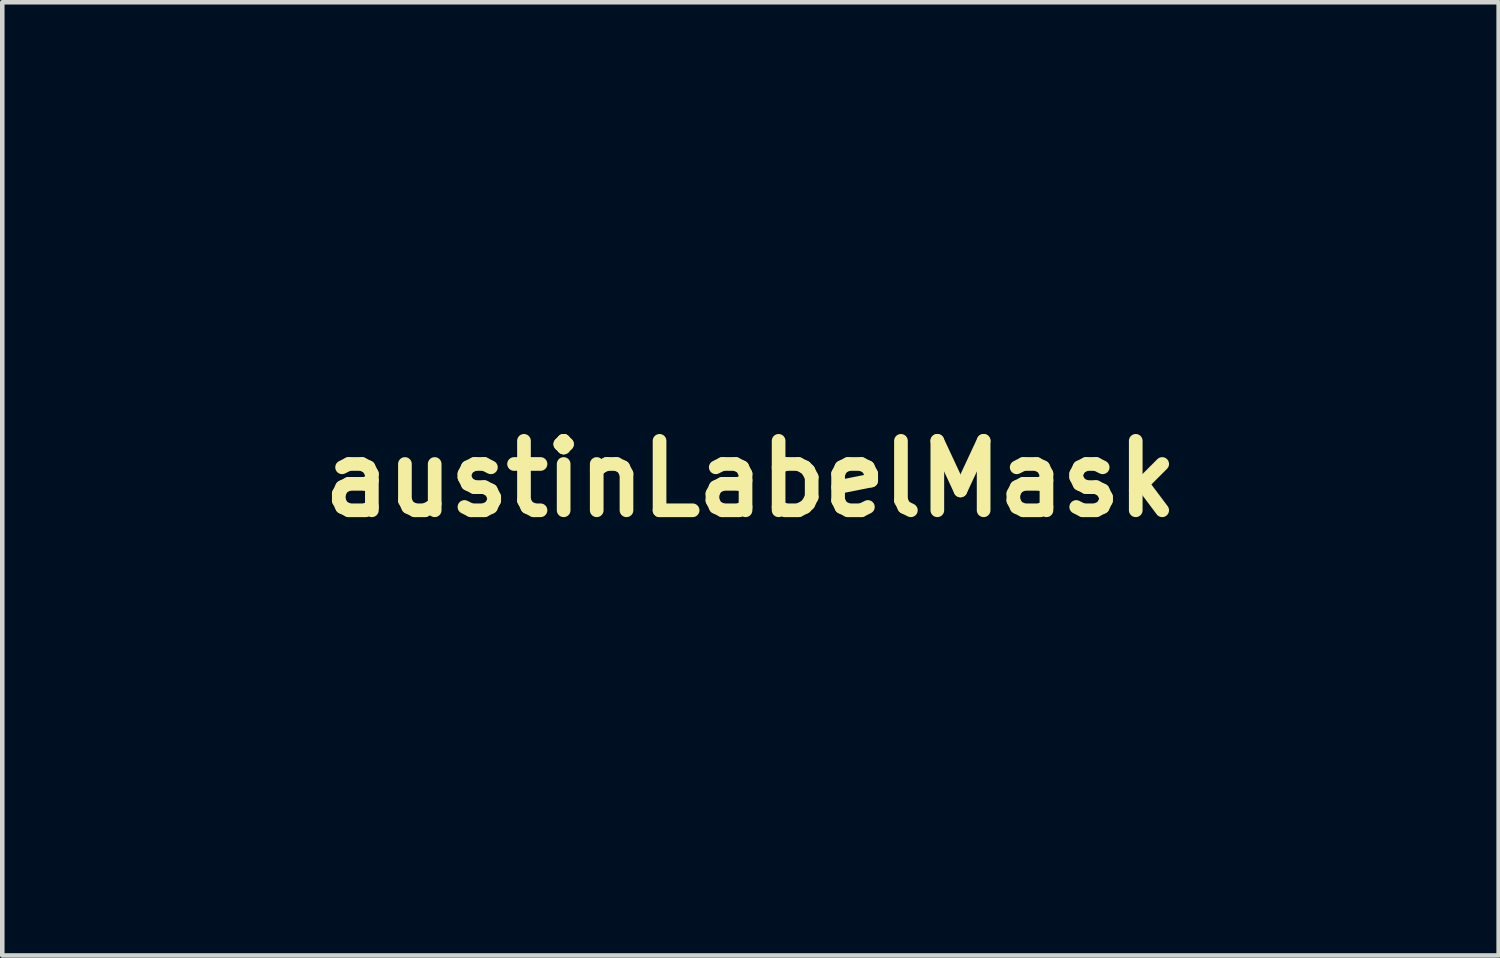
<source format=kicad_pcb>
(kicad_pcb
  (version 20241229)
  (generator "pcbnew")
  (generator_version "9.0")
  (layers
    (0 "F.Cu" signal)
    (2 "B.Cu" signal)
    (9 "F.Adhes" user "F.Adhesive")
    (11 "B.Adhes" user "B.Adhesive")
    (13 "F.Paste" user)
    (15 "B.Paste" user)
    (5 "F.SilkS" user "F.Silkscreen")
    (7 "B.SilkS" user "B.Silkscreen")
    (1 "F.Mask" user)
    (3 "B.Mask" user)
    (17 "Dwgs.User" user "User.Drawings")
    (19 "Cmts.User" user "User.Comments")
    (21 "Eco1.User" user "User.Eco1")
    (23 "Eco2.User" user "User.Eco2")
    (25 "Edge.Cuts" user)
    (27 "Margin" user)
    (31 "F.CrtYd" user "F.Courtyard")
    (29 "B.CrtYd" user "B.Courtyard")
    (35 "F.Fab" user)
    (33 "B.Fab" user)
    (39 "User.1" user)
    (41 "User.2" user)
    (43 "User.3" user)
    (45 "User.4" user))
  (footprint "austinLabelMask"
    (layer "F.Cu")
    (at 13.42 7.459)
    (property "Reference" "austinLabelMask" (at 0 0 0) (layer "F.SilkS") (effects (font (size 1.524 1.524) (thickness 0.3))))
    (attr through_hole)
    (fp_poly (pts (xy 0.264 -7.454) (xy 0.465 -7.454) (xy 0.667 -7.454) (xy 0.868 -7.454) (xy 1.068 -7.454) (xy 1.269 -7.454) (xy 1.468 -7.454) (xy 1.668 -7.454) (xy 1.867 -7.454) (xy 2.065 -7.454) (xy 2.263 -7.454) (xy 2.46 -7.454) (xy 2.656 -7.454) (xy 2.851 -7.454) (xy 3.046 -7.454) (xy 3.239 -7.454) (xy 3.431 -7.454) (xy 3.622 -7.454) (xy 3.812 -7.454) (xy 4.001 -7.454) (xy 4.189 -7.454) (xy 4.375 -7.454) (xy 4.559 -7.454) (xy 4.742 -7.454) (xy 4.924 -7.454) (xy 5.104 -7.454) (xy 5.282 -7.454) (xy 5.459 -7.454) (xy 5.633 -7.454) (xy 5.806 -7.454) (xy 5.977 -7.454) (xy 6.146 -7.454) (xy 6.312 -7.454) (xy 6.477 -7.454) (xy 6.639 -7.454) (xy 6.799 -7.454) (xy 6.957 -7.454) (xy 7.112 -7.454) (xy 7.265 -7.454) (xy 7.415 -7.454) (xy 7.563 -7.454) (xy 7.708 -7.453) (xy 7.85 -7.453) (xy 7.99 -7.453) (xy 8.126 -7.453) (xy 8.26 -7.453) (xy 8.391 -7.453) (xy 8.518 -7.453) (xy 8.643 -7.453) (xy 8.764 -7.453) (xy 8.882 -7.453) (xy 8.997 -7.453) (xy 9.109 -7.453) (xy 9.216 -7.453) (xy 9.321 -7.453) (xy 9.422 -7.453) (xy 9.519 -7.453) (xy 9.613 -7.453) (xy 9.702 -7.453) (xy 9.788 -7.453) (xy 9.871 -7.453) (xy 9.949 -7.453) (xy 10.023 -7.453) (xy 10.093 -7.452) (xy 10.159 -7.452) (xy 10.22 -7.452) (xy 10.278 -7.452) (xy 10.331 -7.452) (xy 10.379 -7.452) (xy 10.423 -7.452) (xy 10.463 -7.452) (xy 10.498 -7.452) (xy 10.528 -7.452) (xy 10.554 -7.452) (xy 10.575 -7.452) (xy 10.591 -7.452) (xy 10.602 -7.452) (xy 10.608 -7.452) (xy 10.609 -7.452) (xy 10.693 -7.447) (xy 10.775 -7.44) (xy 10.856 -7.431) (xy 10.921 -7.422) (xy 11.04 -7.402) (xy 11.159 -7.377) (xy 11.275 -7.347) (xy 11.39 -7.313) (xy 11.503 -7.274) (xy 11.615 -7.23) (xy 11.724 -7.182) (xy 11.831 -7.13) (xy 11.936 -7.073) (xy 12.038 -7.012) (xy 12.138 -6.947) (xy 12.235 -6.878) (xy 12.329 -6.805) (xy 12.42 -6.728) (xy 12.509 -6.647) (xy 12.594 -6.563) (xy 12.676 -6.475) (xy 12.754 -6.383) (xy 12.829 -6.288) (xy 12.882 -6.215) (xy 12.946 -6.12) (xy 13.006 -6.023) (xy 13.063 -5.922) (xy 13.116 -5.819) (xy 13.165 -5.715) (xy 13.209 -5.609) (xy 13.249 -5.502) (xy 13.283 -5.4) (xy 13.309 -5.311) (xy 13.332 -5.222) (xy 13.352 -5.134) (xy 13.369 -5.045) (xy 13.384 -4.955) (xy 13.396 -4.862) (xy 13.405 -4.766) (xy 13.41 -4.697) (xy 13.411 -4.693) (xy 13.411 -4.683) (xy 13.411 -4.669) (xy 13.411 -4.649) (xy 13.411 -4.626) (xy 13.411 -4.597) (xy 13.411 -4.564) (xy 13.411 -4.527) (xy 13.412 -4.485) (xy 13.412 -4.439) (xy 13.412 -4.389) (xy 13.412 -4.335) (xy 13.412 -4.277) (xy 13.412 -4.215) (xy 13.412 -4.15) (xy 13.412 -4.081) (xy 13.412 -4.008) (xy 13.412 -3.932) (xy 13.413 -3.853) (xy 13.413 -3.77) (xy 13.413 -3.685) (xy 13.413 -3.596) (xy 13.413 -3.504) (xy 13.413 -3.41) (xy 13.413 -3.313) (xy 13.413 -3.213) (xy 13.413 -3.11) (xy 13.413 -3.005) (xy 13.413 -2.898) (xy 13.413 -2.789) (xy 13.413 -2.677) (xy 13.413 -2.564) (xy 13.414 -2.448) (xy 13.414 -2.33) (xy 13.414 -2.211) (xy 13.414 -2.09) (xy 13.414 -1.968) (xy 13.414 -1.844) (xy 13.414 -1.719) (xy 13.414 -1.592) (xy 13.414 -1.464) (xy 13.414 -1.335) (xy 13.414 -1.206) (xy 13.414 -1.075) (xy 13.414 -0.943) (xy 13.414 -0.811) (xy 13.414 -0.678) (xy 13.414 -0.545) (xy 13.414 -0.411) (xy 13.414 -0.278) (xy 13.414 -0.143) (xy 13.414 -0.009) (xy 13.414 0.125) (xy 13.414 0.259) (xy 13.414 0.393) (xy 13.414 0.527) (xy 13.414 0.66) (xy 13.414 0.793) (xy 13.414 0.926) (xy 13.414 1.057) (xy 13.414 1.188) (xy 13.414 1.318) (xy 13.414 1.447) (xy 13.414 1.575) (xy 13.414 1.702) (xy 13.414 1.827) (xy 13.414 1.951) (xy 13.414 2.074) (xy 13.414 2.195) (xy 13.414 2.314) (xy 13.414 2.432) (xy 13.413 2.548) (xy 13.413 2.662) (xy 13.413 2.774) (xy 13.413 2.884) (xy 13.413 2.991) (xy 13.413 3.096) (xy 13.413 3.199) (xy 13.413 3.299) (xy 13.413 3.397) (xy 13.413 3.492) (xy 13.413 3.584) (xy 13.413 3.673) (xy 13.413 3.759) (xy 13.413 3.842) (xy 13.412 3.922) (xy 13.412 3.998) (xy 13.412 4.071) (xy 13.412 4.141) (xy 13.412 4.207) (xy 13.412 4.269) (xy 13.412 4.327) (xy 13.412 4.382) (xy 13.412 4.432) (xy 13.412 4.479) (xy 13.411 4.521) (xy 13.411 4.559) (xy 13.411 4.593) (xy 13.411 4.622) (xy 13.411 4.646) (xy 13.411 4.666) (xy 13.411 4.681) (xy 13.411 4.692) (xy 13.41 4.697) (xy 13.41 4.697) (xy 13.403 4.792) (xy 13.393 4.884) (xy 13.381 4.972) (xy 13.367 5.059) (xy 13.35 5.144) (xy 13.33 5.229) (xy 13.308 5.315) (xy 13.299 5.346) (xy 13.264 5.459) (xy 13.224 5.571) (xy 13.179 5.681) (xy 13.13 5.79) (xy 13.077 5.897) (xy 13.019 6.001) (xy 12.957 6.103) (xy 12.891 6.202) (xy 12.882 6.215) (xy 12.81 6.312) (xy 12.734 6.407) (xy 12.655 6.498) (xy 12.572 6.585) (xy 12.485 6.669) (xy 12.396 6.75) (xy 12.303 6.826) (xy 12.207 6.899) (xy 12.108 6.967) (xy 12.006 7.032) (xy 11.902 7.092) (xy 11.812 7.139) (xy 11.763 7.164) (xy 11.716 7.186) (xy 11.671 7.207) (xy 11.626 7.226) (xy 11.58 7.245) (xy 11.532 7.263) (xy 11.508 7.272) (xy 11.394 7.312) (xy 11.279 7.346) (xy 11.163 7.376) (xy 11.045 7.401) (xy 10.925 7.422) (xy 10.804 7.437) (xy 10.682 7.448) (xy 10.609 7.452) (xy 10.605 7.452) (xy 10.596 7.452) (xy 10.582 7.452) (xy 10.563 7.452) (xy 10.54 7.452) (xy 10.511 7.452) (xy 10.478 7.452) (xy 10.441 7.452) (xy 10.399 7.452) (xy 10.352 7.452) (xy 10.301 7.452) (xy 10.245 7.452) (xy 10.185 7.452) (xy 10.121 7.452) (xy 10.053 7.452) (xy 9.981 7.452) (xy 9.904 7.452) (xy 9.824 7.452) (xy 9.74 7.453) (xy 9.652 7.453) (xy 9.56 7.453) (xy 9.464 7.453) (xy 9.365 7.453) (xy 9.262 7.453) (xy 9.155 7.453) (xy 9.046 7.453) (xy 8.932 7.453) (xy 8.816 7.453) (xy 8.696 7.453) (xy 8.573 7.453) (xy 8.446 7.453) (xy 8.317 7.453) (xy 8.185 7.453) (xy 8.049 7.453) (xy 7.911 7.453) (xy 7.77 7.453) (xy 7.626 7.453) (xy 7.48 7.453) (xy 7.331 7.453) (xy 7.179 7.453) (xy 7.025 7.453) (xy 6.868 7.453) (xy 6.709 7.453) (xy 6.548 7.453) (xy 6.384 7.453) (xy 6.219 7.453) (xy 6.051 7.453) (xy 5.881 7.453) (xy 5.709 7.454) (xy 5.535 7.454) (xy 5.36 7.454) (xy 5.182 7.454) (xy 5.003 7.454) (xy 4.822 7.454) (xy 4.64 7.454) (xy 4.456 7.454) (xy 4.271 7.454) (xy 4.084 7.454) (xy 3.896 7.454) (xy 3.706 7.454) (xy 3.516 7.454) (xy 3.324 7.454) (xy 3.131 7.454) (xy 2.937 7.454) (xy 2.742 7.454) (xy 2.547 7.454) (xy 2.35 7.454) (xy 2.153 7.454) (xy 1.955 7.454) (xy 1.756 7.454) (xy 1.557 7.454) (xy 1.357 7.454) (xy 1.157 7.454) (xy 0.956 7.454) (xy 0.756 7.454) (xy 0.555 7.454) (xy 0.152 7.454) (xy -0.049 7.454) (xy -0.251 7.454) (xy -0.452 7.454) (xy -0.653 7.454) (xy -0.854 7.454) (xy -1.055 7.454) (xy -1.255 7.454) (xy -1.455 7.454) (xy -1.655 7.454) (xy -1.854 7.454) (xy -2.052 7.454) (xy -2.25 7.454) (xy -2.447 7.454) (xy -2.643 7.454) (xy -2.838 7.454) (xy -3.032 7.454) (xy -3.226 7.454) (xy -3.418 7.454) (xy -3.61 7.454) (xy -3.8 7.454) (xy -3.989 7.454) (xy -4.176 7.454) (xy -4.362 7.454) (xy -4.547 7.454) (xy -4.73 7.454) (xy -4.912 7.454) (xy -5.092 7.454) (xy -5.27 7.453) (xy -5.447 7.453) (xy -5.622 7.453) (xy -5.795 7.453) (xy -5.966 7.453) (xy -6.135 7.453) (xy -6.302 7.453) (xy -6.466 7.453) (xy -6.629 7.453) (xy -6.789 7.453) (xy -6.947 7.453) (xy -7.102 7.453) (xy -7.255 7.453) (xy -7.406 7.453) (xy -7.554 7.453) (xy -7.699 7.453) (xy -7.842 7.453) (xy -7.982 7.453) (xy -8.118 7.453) (xy -8.252 7.453) (xy -8.383 7.453) (xy -8.511 7.453) (xy -8.636 7.453) (xy -8.758 7.453) (xy -8.876 7.453) (xy -8.991 7.453) (xy -9.103 7.453) (xy -9.212 7.453) (xy -9.316 7.453) (xy -9.418 7.453) (xy -9.515 7.453) (xy -9.609 7.452) (xy -9.7 7.452) (xy -9.786 7.452) (xy -9.868 7.452) (xy -9.947 7.452) (xy -10.022 7.452) (xy -10.092 7.452) (xy -10.158 7.452) (xy -10.22 7.452) (xy -10.278 7.452) (xy -10.332 7.452) (xy -10.381 7.452) (xy -10.426 7.452) (xy -10.466 7.452) (xy -10.501 7.452) (xy -10.532 7.452) (xy -10.558 7.452) (xy -10.58 7.452) (xy -10.596 7.452) (xy -10.608 7.452) (xy -10.614 7.451) (xy -10.616 7.451) (xy -10.737 7.444) (xy -10.858 7.431) (xy -10.979 7.413) (xy -11.098 7.39) (xy -11.216 7.363) (xy -11.307 7.338) (xy -11.423 7.302) (xy -11.536 7.261) (xy -11.648 7.216) (xy -11.757 7.166) (xy -11.865 7.112) (xy -11.969 7.054) (xy -12.072 6.991) (xy -12.171 6.924) (xy -12.268 6.853) (xy -12.361 6.779) (xy -12.452 6.7) (xy -12.54 6.617) (xy -12.624 6.531) (xy -12.705 6.442) (xy -12.782 6.349) (xy -12.855 6.252) (xy -12.882 6.215) (xy -12.932 6.141) (xy -12.979 6.068) (xy -13.024 5.992) (xy -13.067 5.914) (xy -13.107 5.836) (xy -13.16 5.726) (xy -13.207 5.614) (xy -13.25 5.501) (xy -13.287 5.387) (xy -13.32 5.271) (xy -13.348 5.154) (xy -13.371 5.035) (xy -13.389 4.914) (xy -13.392 4.895) (xy -13.394 4.879) (xy -13.396 4.863) (xy -13.397 4.848) (xy -13.399 4.832) (xy -13.401 4.815) (xy -13.402 4.797) (xy -13.404 4.776) (xy -13.406 4.752) (xy -13.409 4.723) (xy -13.41 4.705) (xy -13.41 4.701) (xy -13.411 4.692) (xy -13.411 4.678) (xy -13.411 4.66) (xy -13.411 4.636) (xy -13.411 4.608) (xy -13.411 4.576) (xy -13.411 4.539) (xy -13.411 4.498) (xy -13.412 4.453) (xy -13.412 4.404) (xy -13.412 4.35) (xy -13.412 4.293) (xy -13.412 4.232) (xy -13.412 4.167) (xy -13.412 4.098) (xy -13.412 4.026) (xy -13.412 3.951) (xy -13.412 3.872) (xy -13.412 3.79) (xy -13.413 3.705) (xy -13.413 3.617) (xy -13.413 3.526) (xy -13.413 3.432) (xy -13.413 3.336) (xy -13.413 3.236) (xy -13.413 3.135) (xy -13.413 3.03) (xy -13.413 2.924) (xy -13.413 2.815) (xy -13.413 2.704) (xy -13.413 2.591) (xy -13.414 2.476) (xy -13.414 2.359) (xy -13.414 2.24) (xy -13.414 2.12) (xy -13.414 1.998) (xy -13.414 1.875) (xy -13.414 1.75) (xy -13.414 1.624) (xy -13.414 1.497) (xy -13.414 1.368) (xy -13.414 1.239) (xy -13.414 1.109) (xy -13.414 0.978) (xy -13.414 0.846) (xy -13.414 0.714) (xy -13.414 0.581) (xy -13.414 0.448) (xy -13.414 0.315) (xy -13.414 0.181) (xy -13.414 0.047) (xy -13.415 -0.086) (xy -13.415 -0.22) (xy -13.415 -0.354) (xy -13.415 -0.487) (xy -13.415 -0.62) (xy -13.415 -0.752) (xy -13.415 -0.884) (xy -13.415 -1.015) (xy -13.415 -1.145) (xy -13.415 -1.275) (xy -13.415 -1.403) (xy -13.415 -1.531) (xy -13.415 -1.657) (xy -13.415 -1.782) (xy -13.415 -1.906) (xy -13.415 -2.028) (xy -13.415 -2.149) (xy -13.415 -2.268) (xy -13.415 -2.385) (xy -13.415 -2.501) (xy -13.415 -2.614) (xy -13.415 -2.726) (xy -13.415 -2.835) (xy -13.415 -2.942) (xy -13.414 -3.047) (xy -13.414 -3.149) (xy -13.414 -3.249) (xy -13.414 -3.346) (xy -13.414 -3.441) (xy -13.414 -3.533) (xy -13.414 -3.621) (xy -13.414 -3.707) (xy -13.414 -3.79) (xy -13.414 -3.869) (xy -13.414 -3.945) (xy -13.414 -4.018) (xy -13.414 -4.087) (xy -13.414 -4.153) (xy -13.414 -4.215) (xy -13.414 -4.273) (xy -13.414 -4.328) (xy -13.413 -4.378) (xy -13.413 -4.424) (xy -13.413 -4.466) (xy -13.413 -4.504) (xy -13.413 -4.537) (xy -13.413 -4.566) (xy -13.413 -4.591) (xy -13.413 -4.61) (xy -13.413 -4.625) (xy -13.413 -4.635) (xy -13.412 -4.64) (xy -13.405 -4.764) (xy -13.393 -4.885) (xy -13.376 -5.006) (xy -13.354 -5.125) (xy -13.328 -5.242) (xy -13.296 -5.358) (xy -13.26 -5.472) (xy -13.218 -5.586) (xy -13.172 -5.698) (xy -13.121 -5.808) (xy -13.107 -5.836) (xy -13.05 -5.945) (xy -12.989 -6.051) (xy -12.924 -6.153) (xy -12.855 -6.252) (xy -12.782 -6.348) (xy -12.705 -6.441) (xy -12.624 -6.531) (xy -12.539 -6.618) (xy -12.45 -6.702) (xy -12.361 -6.779) (xy -12.271 -6.851) (xy -12.177 -6.92) (xy -12.08 -6.985) (xy -11.98 -7.047) (xy -11.878 -7.105) (xy -11.774 -7.159) (xy -11.668 -7.208) (xy -11.561 -7.252) (xy -11.543 -7.259) (xy -11.429 -7.3) (xy -11.314 -7.337) (xy -11.198 -7.368) (xy -11.08 -7.394) (xy -10.961 -7.416) (xy -10.841 -7.433) (xy -10.719 -7.445) (xy -10.609 -7.452) (xy -10.604 -7.452) (xy -10.595 -7.452) (xy -10.581 -7.452) (xy -10.562 -7.452) (xy -10.538 -7.452) (xy -10.51 -7.452) (xy -10.477 -7.452) (xy -10.439 -7.452) (xy -10.396 -7.452) (xy -10.349 -7.452) (xy -10.298 -7.452) (xy -10.242 -7.452) (xy -10.182 -7.452) (xy -10.118 -7.452) (xy -10.05 -7.452) (xy -9.977 -7.453) (xy -9.9 -7.453) (xy -9.82 -7.453) (xy -9.735 -7.453) (xy -9.647 -7.453) (xy -9.555 -7.453) (xy -9.459 -7.453) (xy -9.359 -7.453) (xy -9.256 -7.453) (xy -9.15 -7.453) (xy -9.04 -7.453) (xy -8.926 -7.453) (xy -8.809 -7.453) (xy -8.689 -7.453) (xy -8.566 -7.453) (xy -8.439 -7.453) (xy -8.31 -7.453) (xy -8.177 -7.453) (xy -8.042 -7.453) (xy -7.903 -7.453) (xy -7.762 -7.453) (xy -7.618 -7.454) (xy -7.471 -7.454) (xy -7.322 -7.454) (xy -7.17 -7.454) (xy -7.016 -7.454) (xy -6.859 -7.454) (xy -6.7 -7.454) (xy -6.538 -7.454) (xy -6.375 -7.454) (xy -6.209 -7.454) (xy -6.041 -7.454) (xy -5.871 -7.454) (xy -5.699 -7.454) (xy -5.525 -7.454) (xy -5.349 -7.454) (xy -5.171 -7.454) (xy -4.992 -7.454) (xy -4.811 -7.454) (xy -4.629 -7.454) (xy -4.445 -7.454) (xy -4.259 -7.454) (xy -4.072 -7.454) (xy -3.884 -7.454) (xy -3.694 -7.454) (xy -3.504 -7.454) (xy -3.312 -7.454) (xy -3.119 -7.454) (xy -2.925 -7.454) (xy -2.73 -7.454) (xy -2.534 -7.454) (xy -2.337 -7.454) (xy -2.14 -7.454) (xy -1.942 -7.454) (xy -1.743 -7.454) (xy -1.544 -7.454) (xy -1.344 -7.454) (xy -1.144 -7.454) (xy -0.943 -7.454) (xy -0.743 -7.454) (xy -0.541 -7.454) (xy -0.34 -7.454) (xy -0.139 -7.454) (xy 0.063 -7.454) (xy 0.264 -7.454)) (stroke (width 0.01) (type solid)) (fill yes) (layer "F.Mask")))
  (gr_rect
    (start -3 -3)
    (end 29.839 17.918)
    (stroke (width 0.1) (type default))
    (fill no)
    (layer "Edge.Cuts")))
</source>
